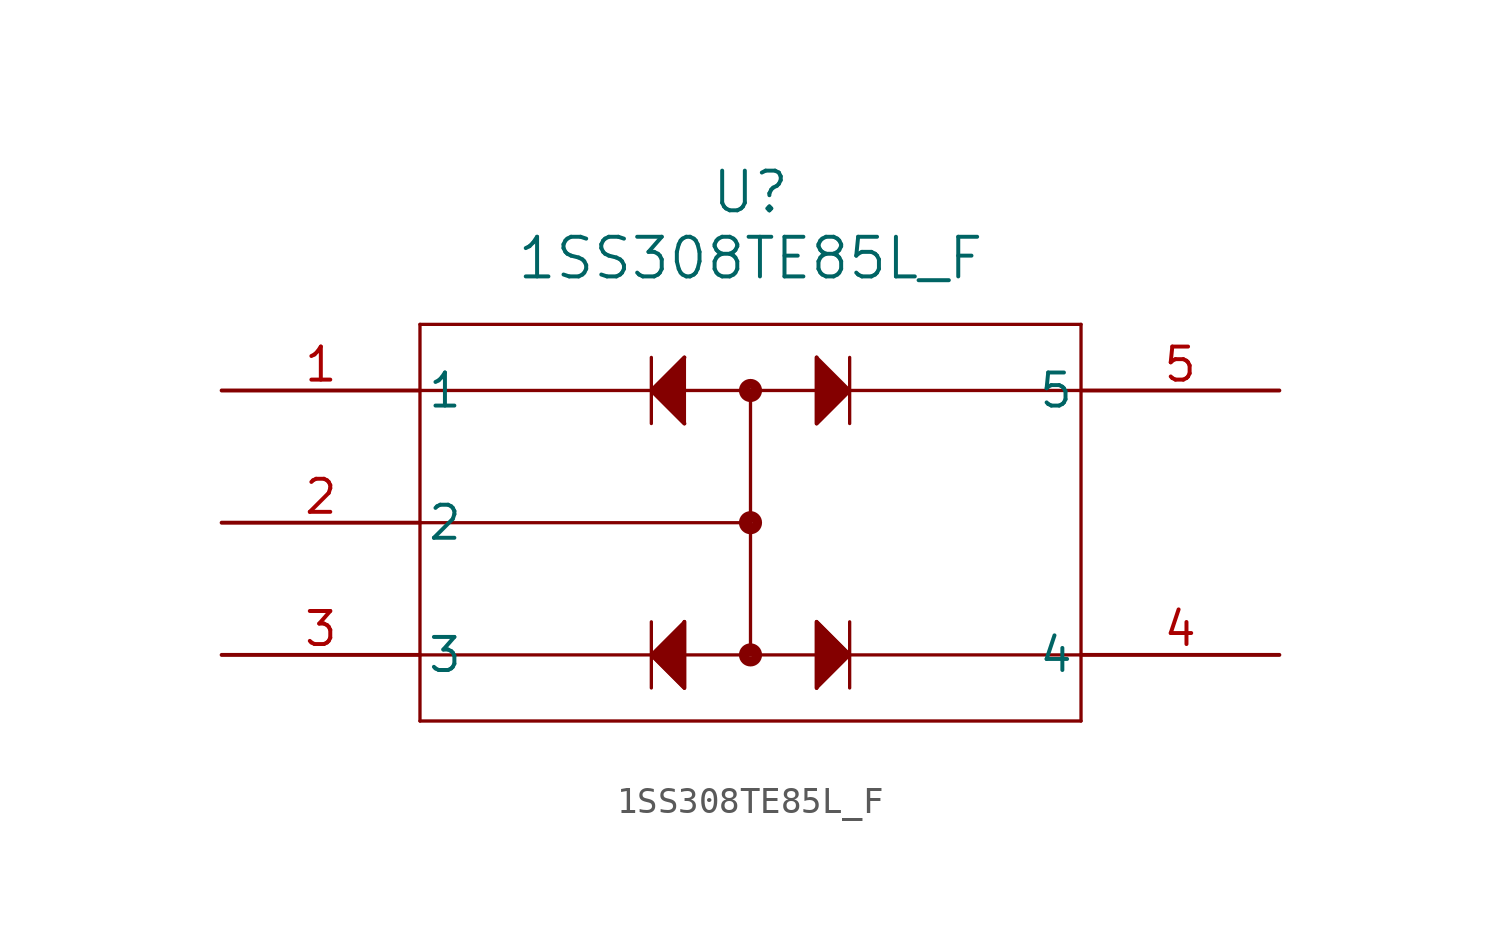
<source format=kicad_sym>
(kicad_symbol_lib
  (version 20211014)
  (generator kicad_symbol_editor)
  (symbol "1SS308TE85L_F"
    (pin_names
      (offset 0.254))
    (property "Reference" "U"
      (at 20.32 7.62 0)
      (effects (font (size 1.524 1.524))))
    (property "Value" "1SS308TE85L_F"
      (at 20.32 5.08 0)
      (effects (font (size 1.524 1.524))))
    (symbol "1SS308TE85L_F_0_1"
      (polyline (pts (xy 7.62 2.54) (xy 7.62 -12.7)) (stroke (width 0.127) (type default) (color 0 0 0 0)) (fill (type none)))
      (polyline (pts (xy 7.62 -12.7) (xy 33.02 -12.7)) (stroke (width 0.127) (type default) (color 0 0 0 0)) (fill (type none)))
      (polyline (pts (xy 33.02 -12.7) (xy 33.02 2.54)) (stroke (width 0.127) (type default) (color 0 0 0 0)) (fill (type none)))
      (polyline (pts (xy 33.02 2.54) (xy 7.62 2.54)) (stroke (width 0.127) (type default) (color 0 0 0 0)) (fill (type none)))
      (polyline (pts (xy 7.62 -10.16) (xy 33.02 -10.16)) (stroke (width 0.127) (type default) (color 0 0 0 0)) (fill (type none)))
      (polyline (pts (xy 7.62 0) (xy 33.02 0)) (stroke (width 0.127) (type default) (color 0 0 0 0)) (fill (type none)))
      (polyline (pts (xy 17.78 1.27) (xy 17.78 -1.27)) (stroke (width 0.127) (type default) (color 0 0 0 0)) (fill (type none)))
      (polyline (pts (xy 16.51 0) (xy 17.78 -1.27)) (stroke (width 0.127) (type default) (color 0 0 0 0)) (fill (type none)))
      (polyline (pts (xy 16.51 1.27) (xy 16.51 -1.27)) (stroke (width 0.127) (type default) (color 0 0 0 0)) (fill (type none)))
      (polyline (pts (xy 22.86 1.27) (xy 22.86 -1.27)) (stroke (width 0.127) (type default) (color 0 0 0 0)) (fill (type none)))
      (polyline (pts (xy 22.86 1.27) (xy 24.13 0)) (stroke (width 0.127) (type default) (color 0 0 0 0)) (fill (type none)))
      (polyline (pts (xy 24.13 1.27) (xy 24.13 -1.27)) (stroke (width 0.127) (type default) (color 0 0 0 0)) (fill (type none)))
      (polyline (pts (xy 22.86 1.27) (xy 22.86 -1.27) (xy 24.13 0)) (stroke (width 0) (type default) (color 0 0 0 0)) (fill (type outline)))
      (polyline (pts (xy 17.78 1.27) (xy 16.51 0) (xy 17.78 -1.27)) (stroke (width 0) (type default) (color 0 0 0 0)) (fill (type outline)))
      (circle (center 20.32 0) (radius 0.254) (stroke (width 0.381) (type default) (color 0 0 0 0)) (fill (type none)))
      (polyline (pts (xy 17.78 1.27) (xy 16.51 0)) (stroke (width 0.127) (type default) (color 0 0 0 0)) (fill (type none)))
      (polyline (pts (xy 22.86 -1.27) (xy 24.13 0)) (stroke (width 0.127) (type default) (color 0 0 0 0)) (fill (type none)))
      (polyline (pts (xy 22.86 -11.43) (xy 22.86 -8.89)) (stroke (width 0.127) (type default) (color 0 0 0 0)) (fill (type none)))
      (polyline (pts (xy 24.13 -10.16) (xy 22.86 -11.43)) (stroke (width 0.127) (type default) (color 0 0 0 0)) (fill (type none)))
      (polyline (pts (xy 24.13 -8.89) (xy 24.13 -11.43)) (stroke (width 0.127) (type default) (color 0 0 0 0)) (fill (type none)))
      (polyline (pts (xy 17.78 -11.43) (xy 17.78 -8.89)) (stroke (width 0.127) (type default) (color 0 0 0 0)) (fill (type none)))
      (polyline (pts (xy 16.51 -10.16) (xy 17.78 -8.89)) (stroke (width 0.127) (type default) (color 0 0 0 0)) (fill (type none)))
      (polyline (pts (xy 16.51 -8.89) (xy 16.51 -11.43)) (stroke (width 0.127) (type default) (color 0 0 0 0)) (fill (type none)))
      (polyline (pts (xy 16.51 -10.16) (xy 17.78 -11.43) (xy 17.78 -8.89)) (stroke (width 0) (type default) (color 0 0 0 0)) (fill (type outline)))
      (polyline (pts (xy 22.86 -11.43) (xy 22.86 -8.89) (xy 24.13 -10.16)) (stroke (width 0) (type default) (color 0 0 0 0)) (fill (type outline)))
      (polyline (pts (xy 20.32 0) (xy 20.32 -10.16)) (stroke (width 0.127) (type default) (color 0 0 0 0)) (fill (type none)))
      (polyline (pts (xy 20.32 -5.08) (xy 7.62 -5.08)) (stroke (width 0.127) (type default) (color 0 0 0 0)) (fill (type none)))
      (circle (center 20.32 -5.08) (radius 0.254) (stroke (width 0.381) (type default) (color 0 0 0 0)) (fill (type none)))
      (polyline (pts (xy 17.78 -11.43) (xy 16.51 -10.16)) (stroke (width 0.127) (type default) (color 0 0 0 0)) (fill (type none)))
      (polyline (pts (xy 22.86 -8.89) (xy 24.13 -10.16)) (stroke (width 0.127) (type default) (color 0 0 0 0)) (fill (type none)))
      (circle (center 20.32 -10.16) (radius 0.254) (stroke (width 0.381) (type default) (color 0 0 0 0)) (fill (type none)))
      (pin unspecified line (at 0 0 0) (length 7.62) (name "1" (effects (font (size 1.27 1.27)))) (number "1" (effects (font (size 1.27 1.27)))))
      (pin unspecified line (at 0 -5.08 0) (length 7.62) (name "2" (effects (font (size 1.27 1.27)))) (number "2" (effects (font (size 1.27 1.27)))))
      (pin unspecified line (at 0 -10.16 0) (length 7.62) (name "3" (effects (font (size 1.27 1.27)))) (number "3" (effects (font (size 1.27 1.27)))))
      (pin unspecified line (at 40.64 -10.16 180) (length 7.62) (name "4" (effects (font (size 1.27 1.27)))) (number "4" (effects (font (size 1.27 1.27)))))
      (pin unspecified line (at 40.64 0 180) (length 7.62) (name "5" (effects (font (size 1.27 1.27)))) (number "5" (effects (font (size 1.27 1.27))))))))
</source>
